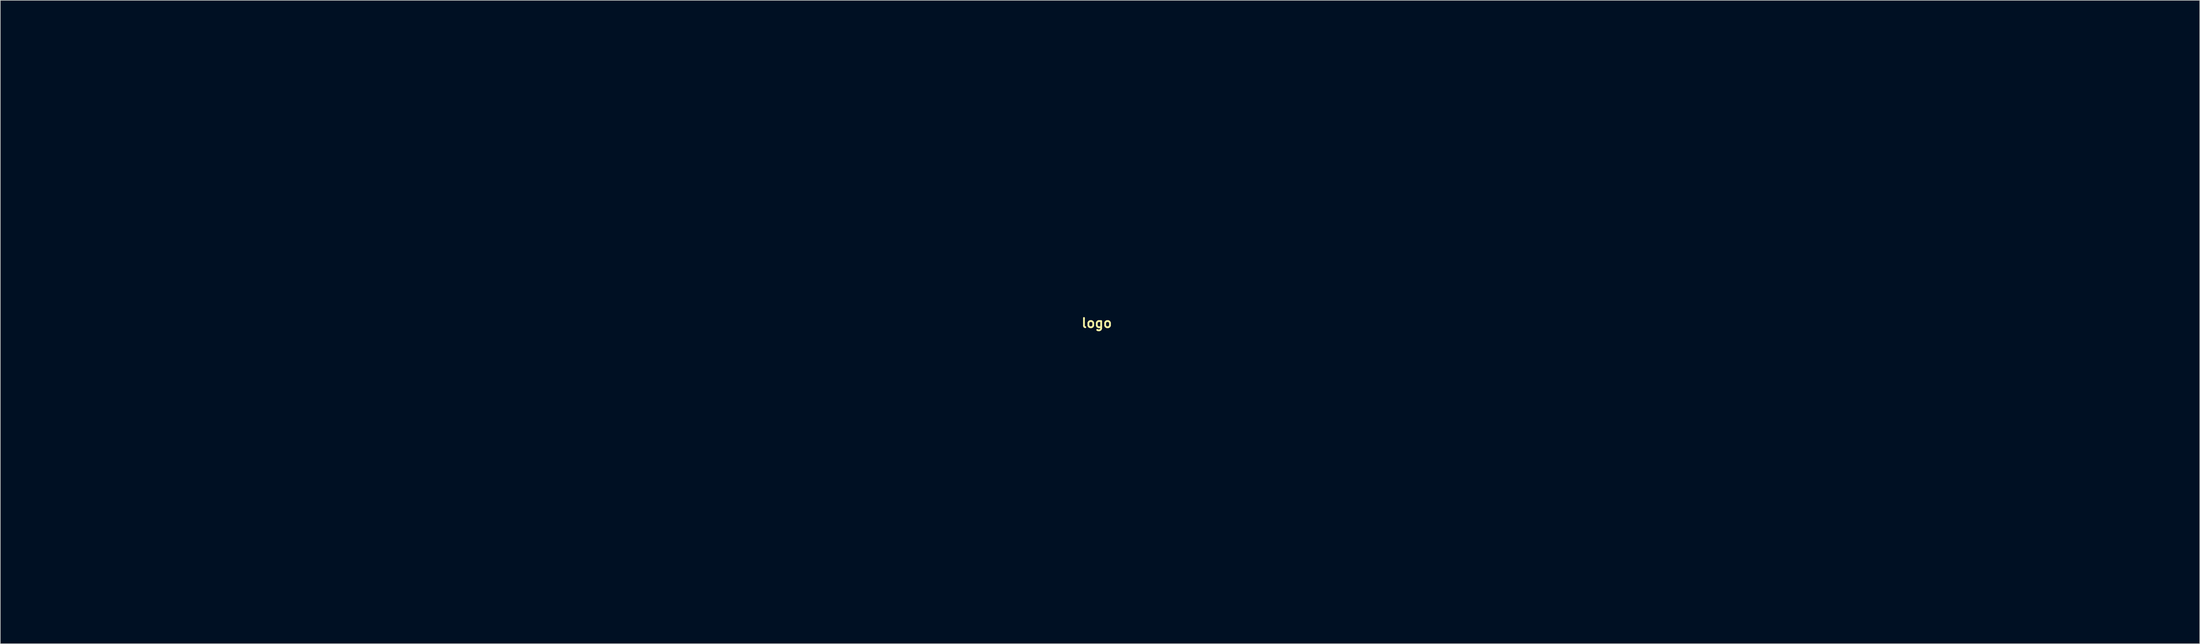
<source format=kicad_pcb>
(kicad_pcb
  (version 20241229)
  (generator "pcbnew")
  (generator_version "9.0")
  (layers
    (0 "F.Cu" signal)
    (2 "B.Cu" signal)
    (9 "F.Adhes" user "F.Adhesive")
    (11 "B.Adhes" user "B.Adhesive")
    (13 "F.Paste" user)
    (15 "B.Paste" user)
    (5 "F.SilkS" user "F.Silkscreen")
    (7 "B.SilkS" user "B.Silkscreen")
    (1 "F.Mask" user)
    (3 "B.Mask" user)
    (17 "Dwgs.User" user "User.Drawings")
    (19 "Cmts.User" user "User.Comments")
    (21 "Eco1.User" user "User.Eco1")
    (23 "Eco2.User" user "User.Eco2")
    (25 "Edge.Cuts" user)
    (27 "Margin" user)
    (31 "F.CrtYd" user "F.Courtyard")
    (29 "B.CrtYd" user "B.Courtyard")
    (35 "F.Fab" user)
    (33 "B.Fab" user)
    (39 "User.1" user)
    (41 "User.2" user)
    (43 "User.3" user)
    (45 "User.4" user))
  (footprint "logo"
    (layer "F.Cu")
    (at 177.367 50.099)
    (property "Reference" "logo" (at 0 0 0) (layer "F.SilkS") (effects (font (size 1.524 1.524) (thickness 0.3))))
    (attr through_hole)
    (fp_poly (pts (xy -104.803 -35.835) (xy -90.547 -21.576) (xy -94.439 -10.876) (xy -98.33 -0.176) (xy -118.04 0) (xy -137.751 0.176) (xy -146.751 24.951) (xy -155.751 49.726) (xy -166.557 49.734) (xy -177.362 49.742) (xy -167.236 21.96) (xy -165.428 16.998) (xy -163.494 11.69) (xy -161.477 6.152) (xy -159.419 0.502) (xy -157.363 -5.145) (xy -155.351 -10.672) (xy -153.911 -14.628) (xy -132.292 -14.628) (xy -131.952 -14.592) (xy -130.982 -14.558) (xy -129.458 -14.528) (xy -127.457 -14.503) (xy -125.053 -14.483) (xy -122.323 -14.47) (xy -119.343 -14.464) (xy -118.624 -14.464) (xy -104.956 -14.464) (xy -114.992 -24.505) (xy -117.176 -26.686) (xy -119.201 -28.701) (xy -121.012 -30.496) (xy -122.557 -32.02) (xy -123.783 -33.22) (xy -124.637 -34.044) (xy -125.065 -34.44) (xy -125.106 -34.468) (xy -125.244 -34.127) (xy -125.584 -33.222) (xy -126.09 -31.853) (xy -126.725 -30.121) (xy -127.454 -28.124) (xy -128.239 -25.963) (xy -129.045 -23.739) (xy -129.835 -21.551) (xy -130.574 -19.5) (xy -131.224 -17.685) (xy -131.75 -16.206) (xy -132.116 -15.164) (xy -132.284 -14.659) (xy -132.292 -14.628) (xy -153.911 -14.628) (xy -153.426 -15.961) (xy -151.63 -20.897) (xy -150.006 -25.362) (xy -149.062 -27.958) (xy -141.015 -50.094) (xy -119.059 -50.094) (xy -104.803 -35.835)) (stroke (width 0.01) (type solid)) (fill yes) (layer "F.Mask"))
    (fp_poly (pts (xy 46.429 -1.002) (xy 48.575 -0.988) (xy 50.292 -0.965) (xy 51.626 -0.932) (xy 52.623 -0.889) (xy 53.33 -0.834) (xy 53.792 -0.766) (xy 54.055 -0.685) (xy 54.167 -0.59) (xy 54.171 -0.48) (xy 54.159 -0.443) (xy 53.973 0.054) (xy 53.583 1.114) (xy 53.027 2.635) (xy 52.342 4.515) (xy 51.565 6.654) (xy 51.069 8.022) (xy 48.224 15.867) (xy 34.739 15.959) (xy 21.253 16.051) (xy 31.259 24.518) (xy 33.519 26.443) (xy 35.594 28.233) (xy 37.426 29.836) (xy 38.955 31.199) (xy 40.123 32.271) (xy 40.871 32.999) (xy 41.141 33.33) (xy 41.14 33.337) (xy 40.989 33.755) (xy 40.632 34.741) (xy 40.103 36.198) (xy 39.438 38.032) (xy 38.669 40.146) (xy 38.099 41.716) (xy 35.182 49.742) (xy 8.595 49.742) (xy 4.334 49.738) (xy 0.283 49.728) (xy -3.501 49.713) (xy -6.965 49.691) (xy -10.055 49.665) (xy -12.715 49.635) (xy -14.893 49.601) (xy -16.533 49.563) (xy -17.581 49.523) (xy -17.982 49.481) (xy -17.984 49.477) (xy -17.866 49.085) (xy -17.538 48.125) (xy -17.034 46.689) (xy -16.385 44.871) (xy -15.626 42.765) (xy -15.02 41.099) (xy -12.064 32.985) (xy 1.332 32.808) (xy 14.728 32.632) (xy -5.157 15.756) (xy -2.129 7.437) (xy 0.9 -0.882) (xy 27.652 -0.972) (xy 32.634 -0.989) (xy 36.957 -1.001) (xy 40.666 -1.007) (xy 43.809 -1.008) (xy 46.429 -1.002)) (stroke (width 0.01) (type solid)) (fill yes) (layer "F.Mask"))
    (fp_poly (pts (xy 2.805 -50.019) (xy 3.761 -50.012) (xy 14.355 -49.918) (xy -3.753 -0.176) (xy -5.824 5.512) (xy -7.828 11.018) (xy -9.752 16.305) (xy -11.582 21.337) (xy -13.307 26.077) (xy -14.911 30.49) (xy -16.383 34.539) (xy -17.709 38.187) (xy -18.876 41.398) (xy -19.871 44.137) (xy -20.679 46.366) (xy -21.289 48.049) (xy -21.687 49.15) (xy -21.86 49.634) (xy -21.867 49.653) (xy -22.207 49.675) (xy -23.167 49.695) (xy -24.662 49.712) (xy -26.606 49.726) (xy -28.913 49.736) (xy -31.5 49.741) (xy -32.67 49.742) (xy -35.829 49.736) (xy -38.343 49.717) (xy -40.27 49.682) (xy -41.671 49.63) (xy -42.604 49.557) (xy -43.129 49.46) (xy -43.306 49.339) (xy -43.302 49.301) (xy -43.165 48.924) (xy -42.799 47.921) (xy -42.22 46.328) (xy -41.439 44.184) (xy -40.471 41.523) (xy -39.329 38.384) (xy -38.026 34.803) (xy -36.576 30.817) (xy -34.992 26.463) (xy -33.288 21.778) (xy -31.476 16.798) (xy -29.571 11.56) (xy -27.586 6.102) (xy -25.534 0.461) (xy -25.238 -0.353) (xy -23.178 -6.015) (xy -21.181 -11.496) (xy -19.261 -16.761) (xy -17.433 -21.771) (xy -15.708 -26.49) (xy -14.101 -30.882) (xy -12.625 -34.91) (xy -11.293 -38.537) (xy -10.12 -41.726) (xy -9.117 -44.441) (xy -8.3 -46.645) (xy -7.682 -48.301) (xy -7.275 -49.373) (xy -7.093 -49.824) (xy -7.086 -49.835) (xy -6.683 -49.9) (xy -5.662 -49.953) (xy -4.115 -49.993) (xy -2.128 -50.018) (xy 0.208 -50.027) (xy 2.805 -50.019)) (stroke (width 0.01) (type solid)) (fill yes) (layer "F.Mask"))
    (fp_poly (pts (xy 109.739 2.734) (xy 109.071 4.582) (xy 108.259 6.811) (xy 107.406 9.14) (xy 106.615 11.288) (xy 106.615 11.289) (xy 105.529 14.23) (xy 104.438 17.191) (xy 103.369 20.099) (xy 102.348 22.878) (xy 101.404 25.455) (xy 100.563 27.754) (xy 99.853 29.701) (xy 99.301 31.221) (xy 98.935 32.241) (xy 98.781 32.685) (xy 98.778 32.697) (xy 99.112 32.733) (xy 100.042 32.773) (xy 101.457 32.814) (xy 103.246 32.854) (xy 105.256 32.889) (xy 111.734 32.985) (xy 108.695 41.362) (xy 105.657 49.739) (xy 38.898 49.742) (xy 45.07 32.72) (xy 45.198 32.367) (xy 63.239 32.367) (xy 63.33 32.509) (xy 63.767 32.619) (xy 64.615 32.7) (xy 65.938 32.756) (xy 67.802 32.79) (xy 70.271 32.806) (xy 71.881 32.808) (xy 80.69 32.808) (xy 83.607 24.783) (xy 84.429 22.524) (xy 85.174 20.475) (xy 85.809 18.732) (xy 86.298 17.392) (xy 86.605 16.552) (xy 86.692 16.316) (xy 86.601 16.174) (xy 86.164 16.065) (xy 85.316 15.983) (xy 83.992 15.927) (xy 82.129 15.893) (xy 79.659 15.877) (xy 78.05 15.875) (xy 69.241 15.875) (xy 66.323 23.901) (xy 65.502 26.159) (xy 64.756 28.209) (xy 64.122 29.952) (xy 63.633 31.292) (xy 63.326 32.131) (xy 63.239 32.367) (xy 45.198 32.367) (xy 46.396 29.063) (xy 47.756 25.314) (xy 49.108 21.585) (xy 50.413 17.984) (xy 51.631 14.623) (xy 52.723 11.61) (xy 53.648 9.057) (xy 54.278 7.32) (xy 57.313 -1.058) (xy 111.104 -1.058) (xy 109.739 2.734)) (stroke (width 0.01) (type solid)) (fill yes) (layer "F.Mask"))
    (fp_poly (pts (xy -43.785 -0.299) (xy -42.676 -0.266) (xy -41.962 -0.204) (xy -41.566 -0.108) (xy -41.41 0.026) (xy -41.418 0.203) (xy -41.437 0.259) (xy -41.605 0.709) (xy -41.989 1.753) (xy -42.565 3.323) (xy -43.307 5.352) (xy -44.192 7.77) (xy -45.193 10.508) (xy -46.286 13.5) (xy -47.346 16.404) (xy -48.498 19.559) (xy -49.578 22.517) (xy -50.562 25.211) (xy -51.425 27.573) (xy -52.143 29.537) (xy -52.691 31.035) (xy -53.044 32) (xy -53.176 32.359) (xy -53.067 32.522) (xy -52.557 32.649) (xy -51.578 32.745) (xy -50.06 32.817) (xy -47.935 32.87) (xy -46.826 32.889) (xy -40.314 32.985) (xy -43.352 41.362) (xy -46.39 49.739) (xy -113.156 49.742) (xy -104.06 24.783) (xy -94.963 -0.176) (xy -85.894 -0.271) (xy -83.133 -0.297) (xy -81 -0.308) (xy -79.417 -0.299) (xy -78.308 -0.266) (xy -77.593 -0.204) (xy -77.197 -0.108) (xy -77.041 0.026) (xy -77.048 0.203) (xy -77.068 0.259) (xy -77.235 0.709) (xy -77.619 1.753) (xy -78.195 3.323) (xy -78.938 5.352) (xy -79.822 7.77) (xy -80.823 10.508) (xy -81.916 13.5) (xy -82.977 16.404) (xy -84.129 19.559) (xy -85.209 22.518) (xy -86.193 25.213) (xy -87.057 27.576) (xy -87.775 29.541) (xy -88.323 31.04) (xy -88.677 32.007) (xy -88.809 32.367) (xy -88.718 32.509) (xy -88.28 32.619) (xy -87.432 32.7) (xy -86.108 32.756) (xy -84.243 32.79) (xy -81.773 32.806) (xy -80.169 32.808) (xy -71.363 32.808) (xy -65.345 16.316) (xy -59.327 -0.176) (xy -50.261 -0.271) (xy -47.5 -0.297) (xy -45.368 -0.308) (xy -43.785 -0.299)) (stroke (width 0.01) (type solid)) (fill yes) (layer "F.Mask"))
    (fp_poly (pts (xy 144.158 0.463) (xy 143.991 0.981) (xy 143.611 2.08) (xy 143.048 3.676) (xy 142.331 5.687) (xy 141.488 8.03) (xy 140.551 10.623) (xy 139.754 12.816) (xy 138.777 15.505) (xy 137.885 17.972) (xy 137.104 20.14) (xy 136.462 21.936) (xy 135.985 23.284) (xy 135.701 24.109) (xy 135.63 24.342) (xy 135.94 24.17) (xy 136.81 23.672) (xy 138.194 22.878) (xy 140.04 21.816) (xy 142.3 20.513) (xy 144.925 18.998) (xy 147.866 17.3) (xy 151.073 15.446) (xy 154.498 13.466) (xy 157.007 12.015) (xy 160.555 9.964) (xy 163.922 8.024) (xy 167.058 6.221) (xy 169.914 4.585) (xy 172.44 3.143) (xy 174.588 1.924) (xy 176.308 0.954) (xy 177.552 0.264) (xy 178.268 -0.121) (xy 178.431 -0.192) (xy 178.354 0.164) (xy 178.055 1.068) (xy 177.577 2.411) (xy 176.961 4.085) (xy 176.248 5.983) (xy 175.479 7.996) (xy 174.697 10.017) (xy 173.942 11.938) (xy 173.256 13.652) (xy 172.681 15.049) (xy 172.258 16.023) (xy 172.028 16.466) (xy 172.023 16.471) (xy 171.658 16.714) (xy 170.732 17.28) (xy 169.296 18.139) (xy 167.402 19.26) (xy 165.099 20.614) (xy 162.44 22.171) (xy 159.475 23.901) (xy 156.254 25.774) (xy 152.829 27.761) (xy 150.812 28.928) (xy 147.296 30.964) (xy 143.956 32.902) (xy 140.843 34.711) (xy 138.008 36.363) (xy 135.502 37.828) (xy 133.375 39.075) (xy 131.679 40.076) (xy 130.463 40.801) (xy 129.779 41.22) (xy 129.646 41.31) (xy 129.391 41.761) (xy 128.961 42.733) (xy 128.417 44.081) (xy 127.837 45.61) (xy 126.381 49.565) (xy 117.349 49.659) (xy 108.318 49.754) (xy 109.557 46.308) (xy 109.896 45.369) (xy 110.452 43.835) (xy 111.201 41.773) (xy 112.117 39.251) (xy 113.177 36.335) (xy 114.356 33.094) (xy 115.629 29.594) (xy 116.973 25.904) (xy 118.361 22.091) (xy 118.633 21.343) (xy 126.471 -0.176) (xy 135.418 -0.271) (xy 144.366 -0.365) (xy 144.158 0.463)) (stroke (width 0.01) (type solid)) (fill yes) (layer "F.Mask")))
  (gr_rect
    (start -3 -3)
    (end 358.803 102.858)
    (stroke (width 0.1) (type default))
    (fill no)
    (layer "Edge.Cuts")))
</source>
